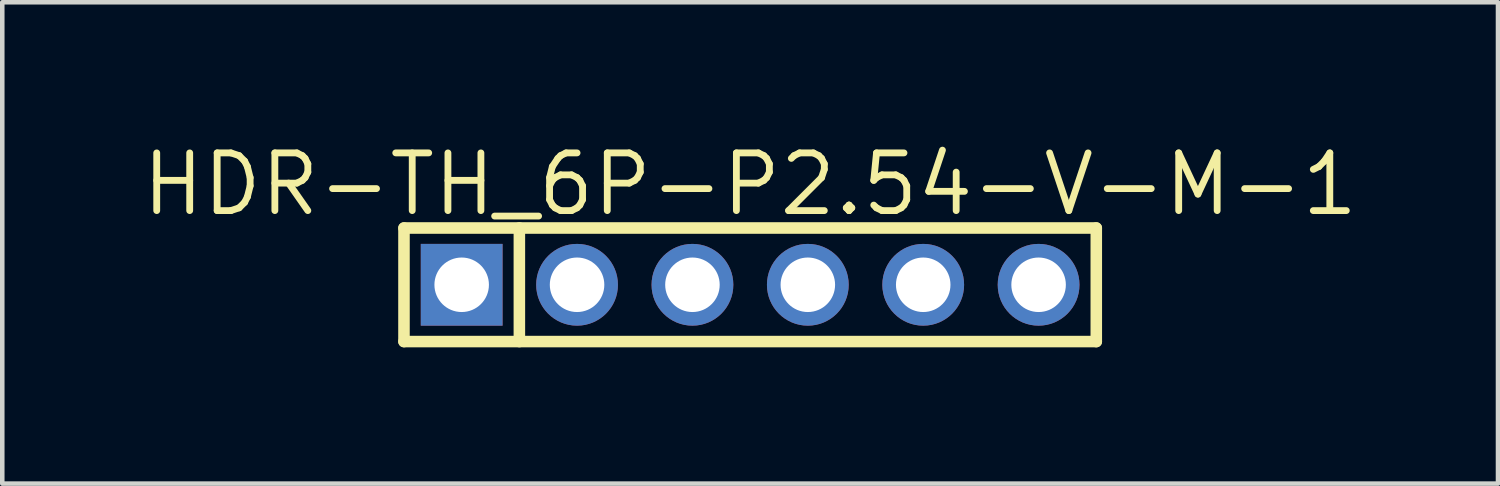
<source format=kicad_pcb>
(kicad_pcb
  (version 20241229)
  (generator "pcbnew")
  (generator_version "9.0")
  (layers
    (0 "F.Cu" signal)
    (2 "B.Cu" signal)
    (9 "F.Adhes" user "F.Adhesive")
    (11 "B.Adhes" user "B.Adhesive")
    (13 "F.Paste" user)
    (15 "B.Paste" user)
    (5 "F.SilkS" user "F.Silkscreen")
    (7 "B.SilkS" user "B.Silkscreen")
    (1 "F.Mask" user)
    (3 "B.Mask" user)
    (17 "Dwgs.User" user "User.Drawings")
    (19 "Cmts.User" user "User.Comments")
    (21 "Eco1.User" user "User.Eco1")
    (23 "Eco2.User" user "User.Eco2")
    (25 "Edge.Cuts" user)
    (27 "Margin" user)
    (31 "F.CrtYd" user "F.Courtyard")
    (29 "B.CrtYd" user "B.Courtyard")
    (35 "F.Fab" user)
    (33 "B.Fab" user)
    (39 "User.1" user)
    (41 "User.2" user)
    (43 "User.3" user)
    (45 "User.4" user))
  (footprint "HDR-TH_6P-P2.54-V-M-1"
    (layer "F.Cu")
    (at 13.463 3.219)
    (property "Reference" "HDR-TH_6P-P2.54-V-M-1" (at 0 -2.213 0) (layer "F.SilkS") (effects (font (size 1.27 1.27) (thickness 0.15))))
    (fp_line (start -7.62 -1.25) (end -7.62 1.25) (stroke (width 0.254) (type default)) (layer "F.SilkS"))
    (fp_line (start -7.62 1.25) (end 7.62 1.25) (stroke (width 0.254) (type default)) (layer "F.SilkS"))
    (fp_line (start -5.08 -1.251) (end -5.08 1.25) (stroke (width 0.254) (type default)) (layer "F.SilkS"))
    (fp_line (start 7.62 -1.25) (end -7.62 -1.25) (stroke (width 0.254) (type default)) (layer "F.SilkS"))
    (fp_line (start 7.62 -1.25) (end 7.62 1.25) (stroke (width 0.254) (type default)) (layer "F.SilkS"))
    (fp_circle (center -7.62 1.25) (end -7.59 1.25) (stroke (width 0.06) (type default)) (fill no) (layer "User.5"))
    (pad "1" thru_hole rect (at -6.35 0) (size 1.8 1.8) (drill 1.2) (layers "*.Cu" "*.Mask"))
    (pad "2" thru_hole oval (at -3.81 0) (size 1.8 1.8) (drill 1.2) (layers "*.Cu" "*.Mask"))
    (pad "3" thru_hole oval (at -1.27 0) (size 1.8 1.8) (drill 1.2) (layers "*.Cu" "*.Mask"))
    (pad "4" thru_hole oval (at 1.27 0) (size 1.8 1.8) (drill 1.2) (layers "*.Cu" "*.Mask"))
    (pad "5" thru_hole oval (at 3.81 0) (size 1.8 1.8) (drill 1.2) (layers "*.Cu" "*.Mask"))
    (pad "6" thru_hole oval (at 6.35 0) (size 1.8 1.8) (drill 1.2) (layers "*.Cu" "*.Mask"))
    (zone (net_name "") (layer "User.3") (hatch edge 0.5) (priority 100) (connect_pads yes) (min_thickness 0) (filled_areas_thickness no) (fill yes) (polygon (pts (xy 5.843 1.969) (xy 21.083 1.969) (xy 21.083 4.469) (xy 5.843 4.469))) (filled_polygon (layer "User.3") (island) (pts (xy 5.843 1.969) (xy 21.083 1.969) (xy 21.083 4.469) (xy 5.843 4.469))))
    (zone (net_name "") (layer "User.4") (hatch edge 0.5) (priority 100) (connect_pads yes) (min_thickness 0) (filled_areas_thickness no) (fill yes) (polygon (pts (xy 6.793 2.899) (xy 7.433 2.899) (xy 7.433 3.539) (xy 6.793 3.539))) (filled_polygon (layer "User.4") (island) (pts (xy 6.793 2.899) (xy 7.433 2.899) (xy 7.433 3.539) (xy 6.793 3.539))))
    (zone (net_name "") (layer "User.4") (hatch edge 0.5) (priority 100) (connect_pads yes) (min_thickness 0) (filled_areas_thickness no) (fill yes) (polygon (pts (xy 9.333 2.899) (xy 9.973 2.899) (xy 9.973 3.539) (xy 9.333 3.539))) (filled_polygon (layer "User.4") (island) (pts (xy 9.333 2.899) (xy 9.973 2.899) (xy 9.973 3.539) (xy 9.333 3.539))))
    (zone (net_name "") (layer "User.4") (hatch edge 0.5) (priority 100) (connect_pads yes) (min_thickness 0) (filled_areas_thickness no) (fill yes) (polygon (pts (xy 11.873 2.899) (xy 12.513 2.899) (xy 12.513 3.539) (xy 11.873 3.539))) (filled_polygon (layer "User.4") (island) (pts (xy 11.873 2.899) (xy 12.513 2.899) (xy 12.513 3.539) (xy 11.873 3.539))))
    (zone (net_name "") (layer "User.4") (hatch edge 0.5) (priority 100) (connect_pads yes) (min_thickness 0) (filled_areas_thickness no) (fill yes) (polygon (pts (xy 14.413 2.899) (xy 15.053 2.899) (xy 15.053 3.539) (xy 14.413 3.539))) (filled_polygon (layer "User.4") (island) (pts (xy 14.413 2.899) (xy 15.053 2.899) (xy 15.053 3.539) (xy 14.413 3.539))))
    (zone (net_name "") (layer "User.4") (hatch edge 0.5) (priority 100) (connect_pads yes) (min_thickness 0) (filled_areas_thickness no) (fill yes) (polygon (pts (xy 16.953 2.899) (xy 17.593 2.899) (xy 17.593 3.539) (xy 16.953 3.539))) (filled_polygon (layer "User.4") (island) (pts (xy 16.953 2.899) (xy 17.593 2.899) (xy 17.593 3.539) (xy 16.953 3.539))))
    (zone (net_name "") (layer "User.4") (hatch edge 0.5) (priority 100) (connect_pads yes) (min_thickness 0) (filled_areas_thickness no) (fill yes) (polygon (pts (xy 19.493 2.899) (xy 20.133 2.899) (xy 20.133 3.539) (xy 19.493 3.539))) (filled_polygon (layer "User.4") (island) (pts (xy 19.493 2.899) (xy 20.133 2.899) (xy 20.133 3.539) (xy 19.493 3.539)))))
  (gr_rect
    (start -3 -3)
    (end 29.926 7.596)
    (stroke (width 0.1) (type default))
    (fill no)
    (layer "Edge.Cuts")))
</source>
